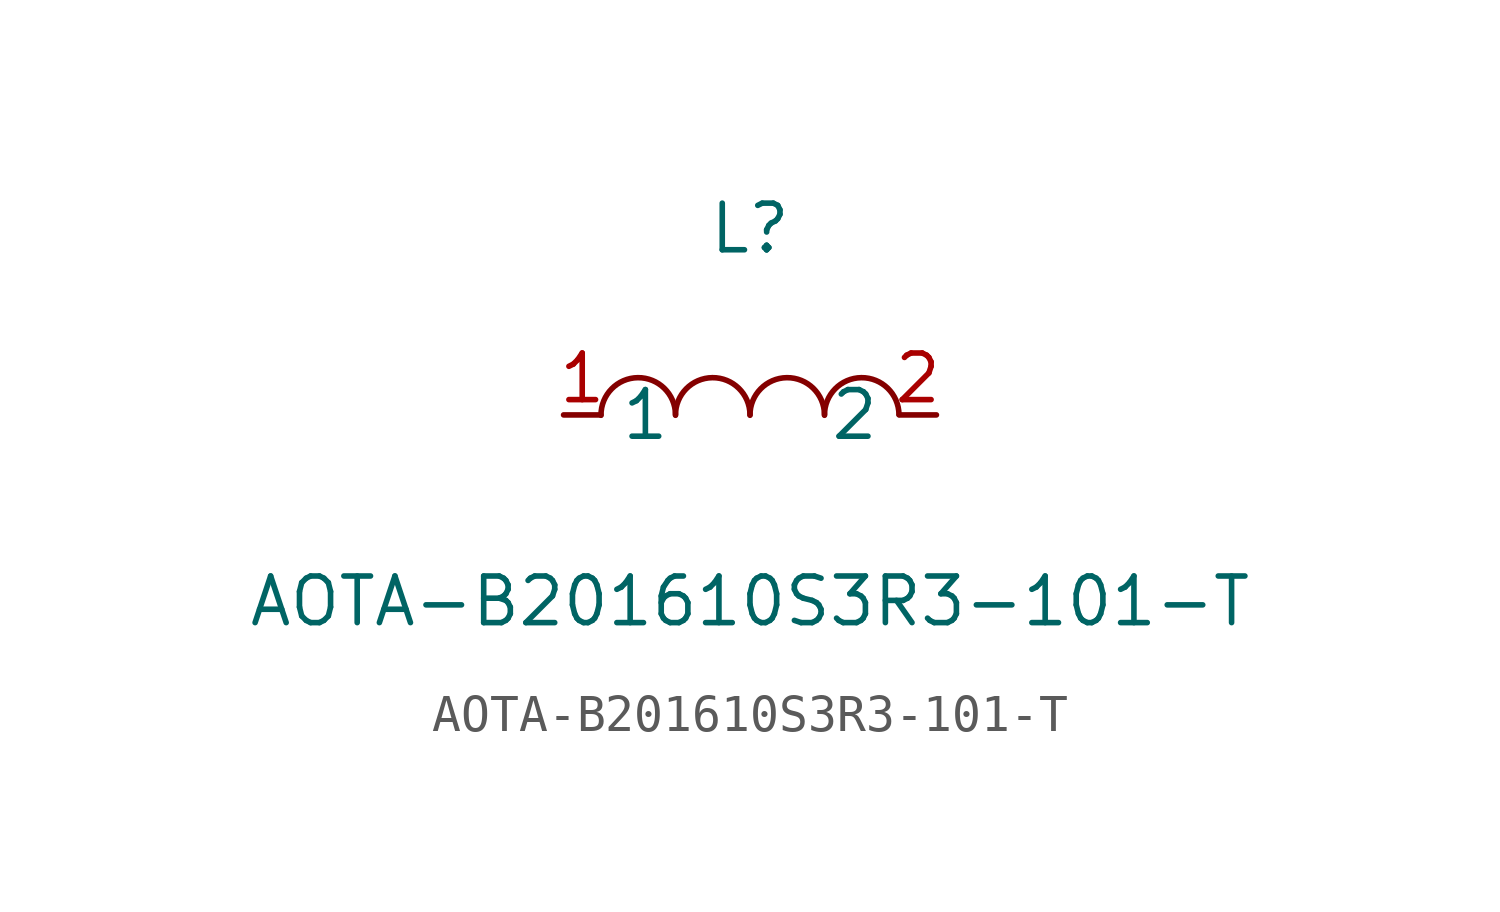
<source format=kicad_sym>
(kicad_symbol_lib
  (version 20231120)
  (generator "kicad_symbol_editor")
  (generator_version "8.0")
  (symbol "AOTA-B201610S3R3-101-T"
    (property "Reference" "L"
      (at 0 5.08 0)
      (effects (font (size 1.27 1.27))))
    (property "Value" "AOTA-B201610S3R3-101-T"
      (at 0 -5.08 0)
      (effects (font (size 1.27 1.27))))
    (symbol "AOTA-B201610S3R3-101-T_0_1"
      (arc (start -2.03 0.01) (mid -3.055 1.013) (end -4.06 -0.01) (stroke (width 0) (type default)) (fill (type none)))
      (arc (start 0 0.01) (mid -1.025 1.013) (end -2.03 -0.01) (stroke (width 0) (type default)) (fill (type none)))
      (arc (start 2.03 0.01) (mid 1.005 1.013) (end 0 -0.01) (stroke (width 0) (type default)) (fill (type none)))
      (arc (start 4.06 0.01) (mid 3.035 1.013) (end 2.03 -0.01) (stroke (width 0) (type default)) (fill (type none)))
      (pin unspecified line (at -5.08 0 0) (length 1.016) (name "1" (effects (font (size 1.27 1.27)))) (number "1" (effects (font (size 1.27 1.27)))))
      (pin unspecified line (at 5.08 0 180) (length 1.016) (name "2" (effects (font (size 1.27 1.27)))) (number "2" (effects (font (size 1.27 1.27))))))))
</source>
